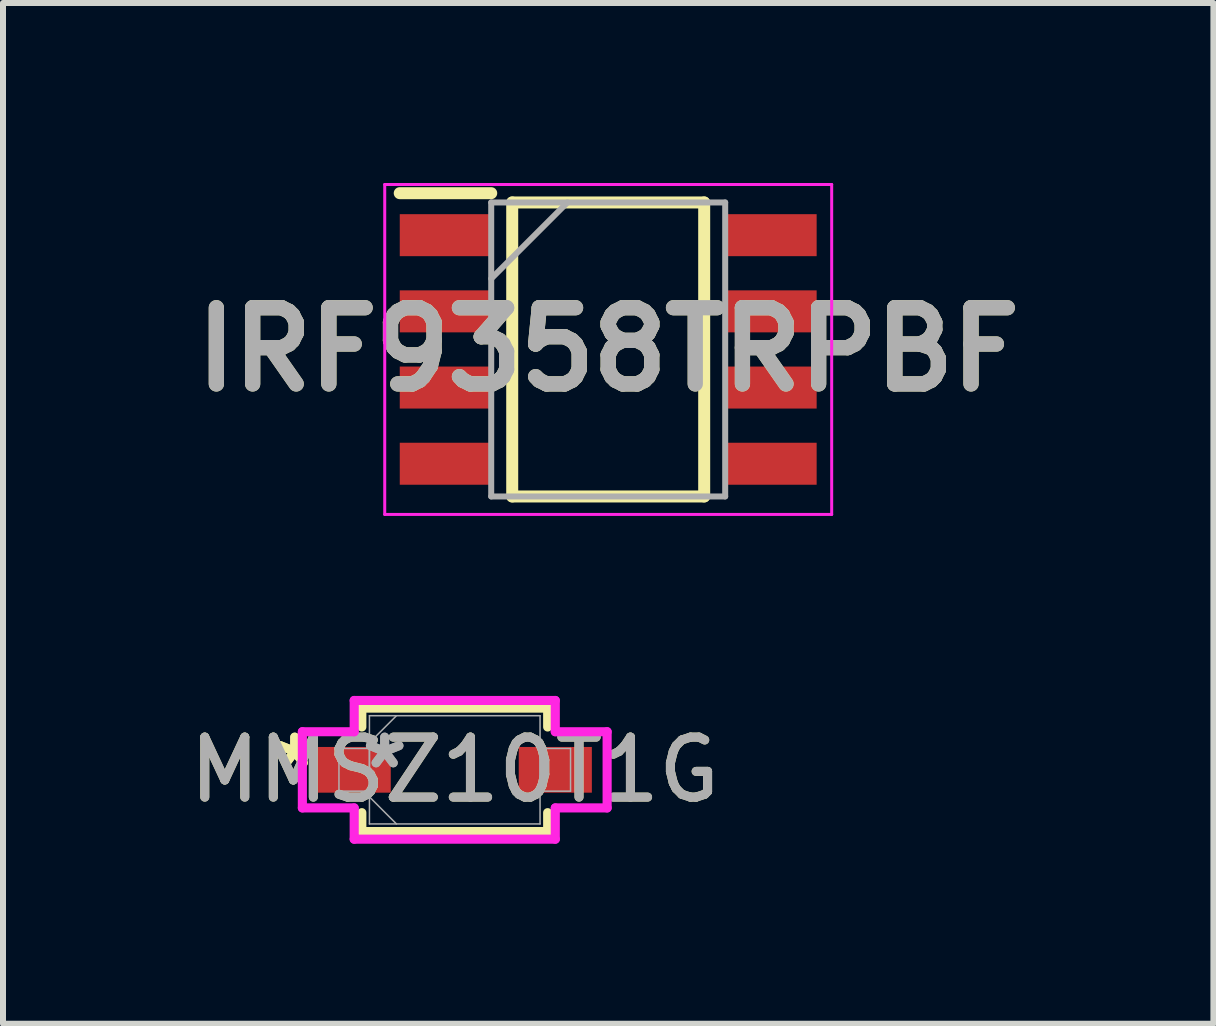
<source format=kicad_pcb>
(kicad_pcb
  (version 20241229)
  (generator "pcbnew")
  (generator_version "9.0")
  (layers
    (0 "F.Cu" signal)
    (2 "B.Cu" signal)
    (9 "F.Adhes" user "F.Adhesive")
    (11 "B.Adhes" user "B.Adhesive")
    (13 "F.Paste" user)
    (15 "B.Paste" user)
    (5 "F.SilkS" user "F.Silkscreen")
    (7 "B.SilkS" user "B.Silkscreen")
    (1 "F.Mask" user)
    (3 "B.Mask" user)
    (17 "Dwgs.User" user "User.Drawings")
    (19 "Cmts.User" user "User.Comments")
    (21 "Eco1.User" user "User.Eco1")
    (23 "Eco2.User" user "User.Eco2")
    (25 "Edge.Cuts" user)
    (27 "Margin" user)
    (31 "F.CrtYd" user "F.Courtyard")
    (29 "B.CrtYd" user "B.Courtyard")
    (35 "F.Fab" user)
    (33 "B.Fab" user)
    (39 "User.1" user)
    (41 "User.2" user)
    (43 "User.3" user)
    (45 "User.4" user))
  (footprint "MMSZ10T1G"
    (layer "F.Cu")
    (at 4.53 9.782)
    (property "Reference" "MMSZ10T1G" (at 0 0 0) (unlocked yes) (layer "F.SilkS") (effects (font (size 1 1) (thickness 0.15))))
    (attr smd)
    (fp_line (start -1.549 -1.029) (end -1.549 -0.714) (stroke (width 0.152) (type solid)) (layer "F.SilkS"))
    (fp_line (start -1.549 0.714) (end -1.549 1.029) (stroke (width 0.152) (type solid)) (layer "F.SilkS"))
    (fp_line (start -1.549 1.029) (end 1.549 1.029) (stroke (width 0.152) (type solid)) (layer "F.SilkS"))
    (fp_line (start 1.549 -1.029) (end -1.549 -1.029) (stroke (width 0.152) (type solid)) (layer "F.SilkS"))
    (fp_line (start 1.549 -0.714) (end 1.549 -1.029) (stroke (width 0.152) (type solid)) (layer "F.SilkS"))
    (fp_line (start 1.549 1.029) (end 1.549 0.714) (stroke (width 0.152) (type solid)) (layer "F.SilkS"))
    (fp_line (start -2.54 -0.635) (end -1.676 -0.635) (stroke (width 0.152) (type solid)) (layer "F.CrtYd"))
    (fp_line (start -2.54 0.635) (end -2.54 -0.635) (stroke (width 0.152) (type solid)) (layer "F.CrtYd"))
    (fp_line (start -1.676 -1.156) (end 1.676 -1.156) (stroke (width 0.152) (type solid)) (layer "F.CrtYd"))
    (fp_line (start -1.676 -0.635) (end -1.676 -1.156) (stroke (width 0.152) (type solid)) (layer "F.CrtYd"))
    (fp_line (start -1.676 0.635) (end -2.54 0.635) (stroke (width 0.152) (type solid)) (layer "F.CrtYd"))
    (fp_line (start -1.676 1.156) (end -1.676 0.635) (stroke (width 0.152) (type solid)) (layer "F.CrtYd"))
    (fp_line (start 1.676 -1.156) (end 1.676 -0.635) (stroke (width 0.152) (type solid)) (layer "F.CrtYd"))
    (fp_line (start 1.676 -0.635) (end 2.54 -0.635) (stroke (width 0.152) (type solid)) (layer "F.CrtYd"))
    (fp_line (start 1.676 0.635) (end 1.676 1.156) (stroke (width 0.152) (type solid)) (layer "F.CrtYd"))
    (fp_line (start 1.676 1.156) (end -1.676 1.156) (stroke (width 0.152) (type solid)) (layer "F.CrtYd"))
    (fp_line (start 2.54 -0.635) (end 2.54 0.635) (stroke (width 0.152) (type solid)) (layer "F.CrtYd"))
    (fp_line (start 2.54 0.635) (end 1.676 0.635) (stroke (width 0.152) (type solid)) (layer "F.CrtYd"))
    (fp_line (start -1.93 -0.356) (end -1.93 0.356) (stroke (width 0.025) (type solid)) (layer "F.Fab"))
    (fp_line (start -1.93 0.356) (end -1.422 0.356) (stroke (width 0.025) (type solid)) (layer "F.Fab"))
    (fp_line (start -1.422 -0.902) (end -1.422 0.902) (stroke (width 0.025) (type solid)) (layer "F.Fab"))
    (fp_line (start -1.422 -0.451) (end -0.972 -0.902) (stroke (width 0.025) (type solid)) (layer "F.Fab"))
    (fp_line (start -1.422 -0.356) (end -1.93 -0.356) (stroke (width 0.025) (type solid)) (layer "F.Fab"))
    (fp_line (start -1.422 0.356) (end -1.422 -0.356) (stroke (width 0.025) (type solid)) (layer "F.Fab"))
    (fp_line (start -1.422 0.451) (end -0.972 0.902) (stroke (width 0.025) (type solid)) (layer "F.Fab"))
    (fp_line (start -1.422 0.902) (end 1.422 0.902) (stroke (width 0.025) (type solid)) (layer "F.Fab"))
    (fp_line (start 1.422 -0.902) (end -1.422 -0.902) (stroke (width 0.025) (type solid)) (layer "F.Fab"))
    (fp_line (start 1.422 -0.356) (end 1.422 0.356) (stroke (width 0.025) (type solid)) (layer "F.Fab"))
    (fp_line (start 1.422 0.356) (end 1.93 0.356) (stroke (width 0.025) (type solid)) (layer "F.Fab"))
    (fp_line (start 1.422 0.902) (end 1.422 -0.902) (stroke (width 0.025) (type solid)) (layer "F.Fab"))
    (fp_line (start 1.93 -0.356) (end 1.422 -0.356) (stroke (width 0.025) (type solid)) (layer "F.Fab"))
    (fp_line (start 1.93 0.356) (end 1.93 -0.356) (stroke (width 0.025) (type solid)) (layer "F.Fab"))
    (fp_text user "*" (at -2.667 0 0) (layer "F.SilkS") (effects (font (size 1 1) (thickness 0.15))))
    (fp_text user "*" (at -2.667 0 0) (unlocked yes) (layer "F.SilkS") (effects (font (size 1 1) (thickness 0.15))))
    (fp_text user "*" (at -1.168 0 0) (layer "F.Fab") (effects (font (size 1 1) (thickness 0.15))))
    (fp_text user "${REFERENCE}" (at 0 0 0) (unlocked yes) (layer "F.Fab") (effects (font (size 1 1) (thickness 0.15))))
    (fp_text user "*" (at -1.168 0 0) (unlocked yes) (layer "F.Fab") (effects (font (size 1 1) (thickness 0.15))))
    (pad "1" smd rect (at -1.676 0) (size 1.219 0.762) (layers "F.Cu" "F.Mask" "F.Paste"))
    (pad "2" smd rect (at 1.676 0) (size 1.219 0.762) (layers "F.Cu" "F.Mask" "F.Paste")))
  (footprint "IRF9358TRPBF"
    (layer "F.Cu")
    (at 7.088 2.775)
    (property "Reference" "IRF9358TRPBF" (at 0 0 0) (layer "F.SilkS") (effects (font (size 1.27 1.27) (thickness 0.254))))
    (attr smd)
    (fp_line (start -3.475 -2.605) (end -1.95 -2.605) (stroke (width 0.2) (type solid)) (layer "F.SilkS"))
    (fp_line (start -1.6 -2.45) (end 1.6 -2.45) (stroke (width 0.2) (type solid)) (layer "F.SilkS"))
    (fp_line (start -1.6 2.45) (end -1.6 -2.45) (stroke (width 0.2) (type solid)) (layer "F.SilkS"))
    (fp_line (start 1.6 -2.45) (end 1.6 2.45) (stroke (width 0.2) (type solid)) (layer "F.SilkS"))
    (fp_line (start 1.6 2.45) (end -1.6 2.45) (stroke (width 0.2) (type solid)) (layer "F.SilkS"))
    (fp_line (start -3.725 -2.75) (end 3.725 -2.75) (stroke (width 0.05) (type solid)) (layer "F.CrtYd"))
    (fp_line (start -3.725 2.75) (end -3.725 -2.75) (stroke (width 0.05) (type solid)) (layer "F.CrtYd"))
    (fp_line (start 3.725 -2.75) (end 3.725 2.75) (stroke (width 0.05) (type solid)) (layer "F.CrtYd"))
    (fp_line (start 3.725 2.75) (end -3.725 2.75) (stroke (width 0.05) (type solid)) (layer "F.CrtYd"))
    (fp_line (start -1.95 -2.45) (end 1.95 -2.45) (stroke (width 0.1) (type solid)) (layer "F.Fab"))
    (fp_line (start -1.95 -1.18) (end -0.68 -2.45) (stroke (width 0.1) (type solid)) (layer "F.Fab"))
    (fp_line (start -1.95 2.45) (end -1.95 -2.45) (stroke (width 0.1) (type solid)) (layer "F.Fab"))
    (fp_line (start 1.95 -2.45) (end 1.95 2.45) (stroke (width 0.1) (type solid)) (layer "F.Fab"))
    (fp_line (start 1.95 2.45) (end -1.95 2.45) (stroke (width 0.1) (type solid)) (layer "F.Fab"))
    (fp_text user "${REFERENCE}" (at 0 0 0) (layer "F.Fab") (effects (font (size 1.27 1.27) (thickness 0.254))))
    (pad "1" smd rect (at -2.712 -1.905 90) (size 0.7 1.525) (layers "F.Cu" "F.Mask" "F.Paste"))
    (pad "2" smd rect (at -2.712 -0.635 90) (size 0.7 1.525) (layers "F.Cu" "F.Mask" "F.Paste"))
    (pad "3" smd rect (at -2.712 0.635 90) (size 0.7 1.525) (layers "F.Cu" "F.Mask" "F.Paste"))
    (pad "4" smd rect (at -2.712 1.905 90) (size 0.7 1.525) (layers "F.Cu" "F.Mask" "F.Paste"))
    (pad "5" smd rect (at 2.712 1.905 90) (size 0.7 1.525) (layers "F.Cu" "F.Mask" "F.Paste"))
    (pad "6" smd rect (at 2.712 0.635 90) (size 0.7 1.525) (layers "F.Cu" "F.Mask" "F.Paste"))
    (pad "7" smd rect (at 2.712 -0.635 90) (size 0.7 1.525) (layers "F.Cu" "F.Mask" "F.Paste"))
    (pad "8" smd rect (at 2.712 -1.905 90) (size 0.7 1.525) (layers "F.Cu" "F.Mask" "F.Paste")))
  (gr_rect
    (start -3 -3)
    (end 17.176 14.014)
    (stroke (width 0.1) (type default))
    (fill no)
    (layer "Edge.Cuts")))
</source>
